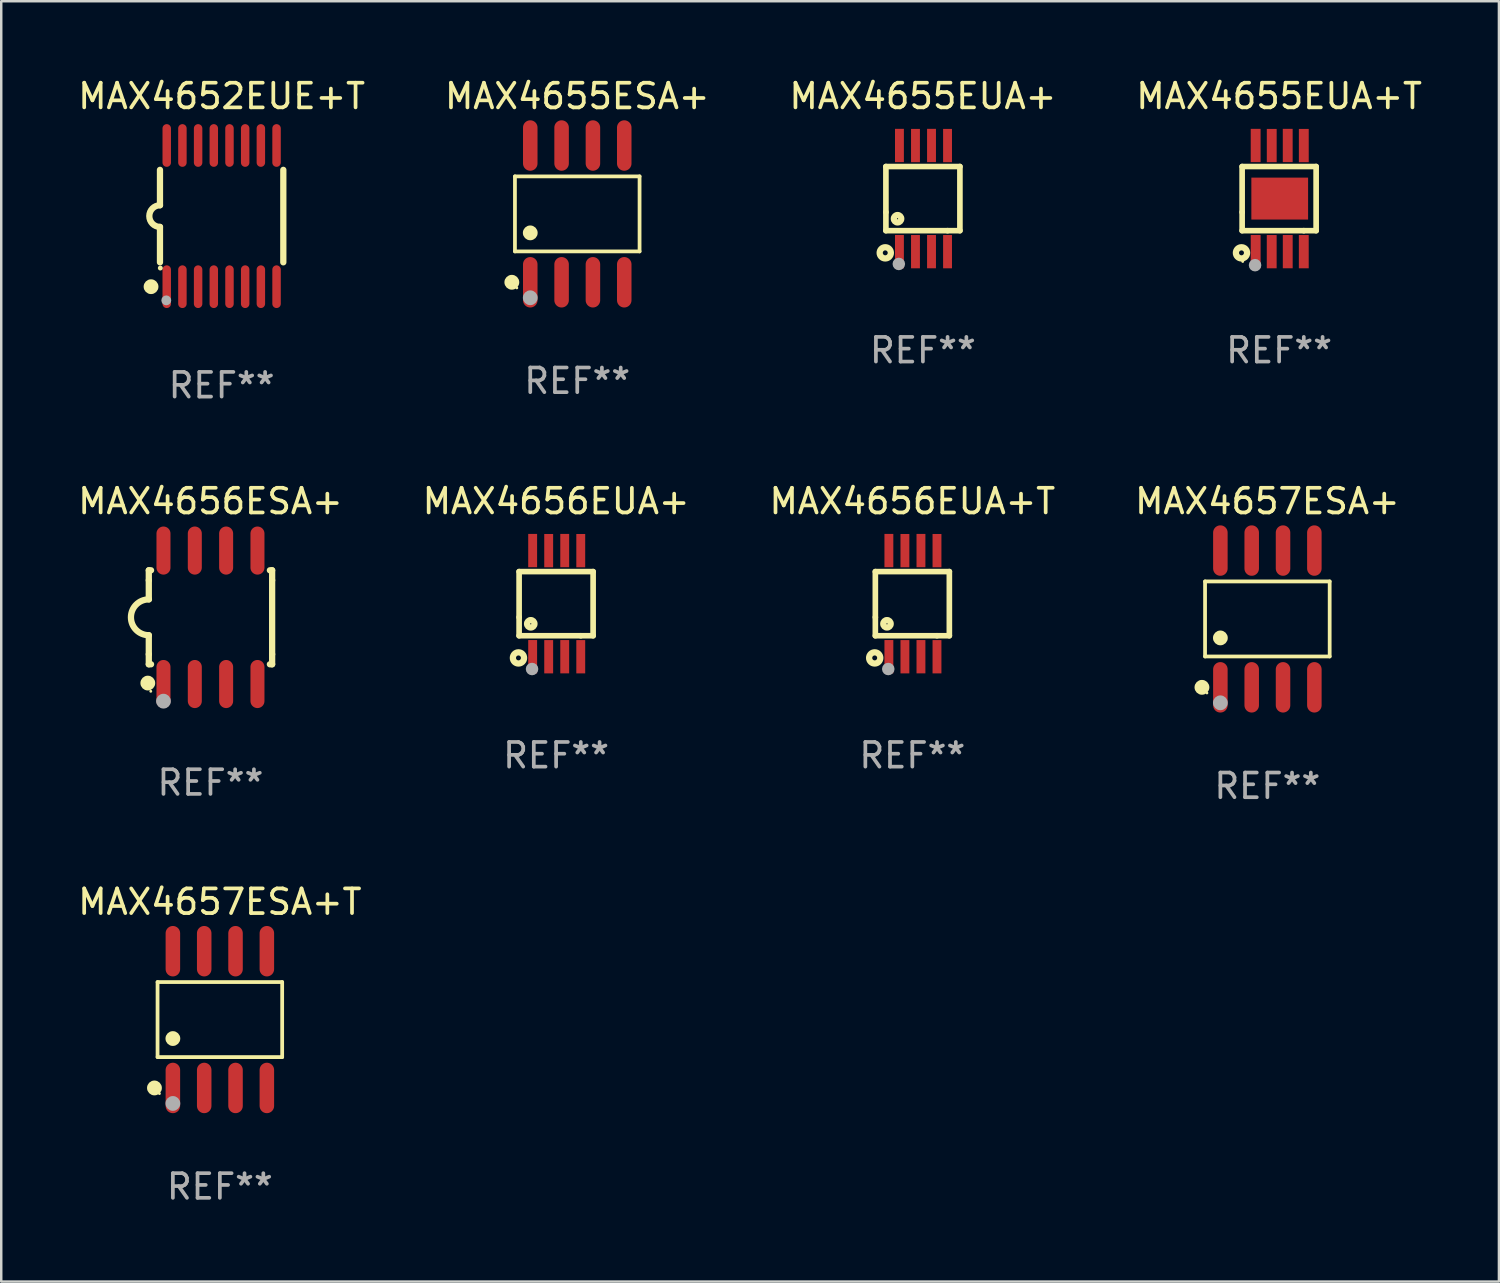
<source format=kicad_pcb>
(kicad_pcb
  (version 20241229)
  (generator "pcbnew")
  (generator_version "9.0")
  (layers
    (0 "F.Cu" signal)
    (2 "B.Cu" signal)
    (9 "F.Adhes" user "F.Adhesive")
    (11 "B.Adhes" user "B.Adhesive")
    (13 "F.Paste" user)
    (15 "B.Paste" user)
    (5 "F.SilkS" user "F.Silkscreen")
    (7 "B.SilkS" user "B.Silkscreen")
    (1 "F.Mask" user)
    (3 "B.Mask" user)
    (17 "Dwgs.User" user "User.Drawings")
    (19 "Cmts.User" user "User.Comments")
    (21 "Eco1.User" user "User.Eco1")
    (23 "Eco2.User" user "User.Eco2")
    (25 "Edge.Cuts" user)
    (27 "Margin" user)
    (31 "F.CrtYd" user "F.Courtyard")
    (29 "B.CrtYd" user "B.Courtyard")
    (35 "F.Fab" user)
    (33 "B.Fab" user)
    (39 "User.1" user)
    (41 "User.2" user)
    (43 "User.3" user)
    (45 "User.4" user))
  (footprint "MAX4656EUA+T"
    (layer "F.Cu")
    (at 33.935 21.421)
    (property "Reference" "MAX4656EUA+T" (at 0 -4.152 0) (layer "F.SilkS") (effects (font (size 1 1) (thickness 0.15))))
    (attr through_hole)
    (fp_line (start -1.5 1.301) (end 1 1.301) (stroke (width 0.229) (type solid)) (layer "F.SilkS"))
    (fp_line (start -1.5 -1.299) (end -1.5 0.551) (stroke (width 0.229) (type solid)) (layer "F.SilkS"))
    (fp_line (start -1.5 0.551) (end -1.5 1.301) (stroke (width 0.229) (type solid)) (layer "F.SilkS"))
    (fp_line (start 1 1.301) (end 1.5 1.301) (stroke (width 0.229) (type solid)) (layer "F.SilkS"))
    (fp_line (start 1.5 1.301) (end 1.5 -1.299) (stroke (width 0.229) (type solid)) (layer "F.SilkS"))
    (fp_line (start 1.5 -1.299) (end -1.5 -1.299) (stroke (width 0.229) (type solid)) (layer "F.SilkS"))
    (fp_circle (center -1.526 2.2) (end -1.426 2.2) (stroke (width 0.254) (type solid)) (fill no) (layer "F.SilkS"))
    (fp_circle (center -1.476 2.45) (end -1.446 2.45) (stroke (width 0.06) (type solid)) (fill no) (layer "F.SilkS"))
    (fp_circle (center -1.028 0.817) (end -0.878 0.817) (stroke (width 0.254) (type solid)) (fill no) (layer "F.SilkS"))
    (fp_circle (center -0.976 2.65) (end -0.849 2.65) (stroke (width 0.254) (type solid)) (fill no) (layer "F.Fab"))
    (fp_text user "REF**" (at 0 6.152 0) (layer "F.Fab") (effects (font (size 1 1) (thickness 0.15))))
    (pad "1" smd rect (at -0.951 2.15) (size 0.36 1.35) (layers "F.Cu" "F.Mask" "F.Paste"))
    (pad "2" smd rect (at -0.301 2.152) (size 0.36 1.35) (layers "F.Cu" "F.Mask" "F.Paste"))
    (pad "3" smd rect (at 0.349 2.151) (size 0.36 1.35) (layers "F.Cu" "F.Mask" "F.Paste"))
    (pad "4" smd rect (at 0.999 2.152) (size 0.36 1.35) (layers "F.Cu" "F.Mask" "F.Paste"))
    (pad "5" smd rect (at 0.999 -2.149) (size 0.36 1.35) (layers "F.Cu" "F.Mask" "F.Paste"))
    (pad "6" smd rect (at 0.349 -2.152) (size 0.36 1.35) (layers "F.Cu" "F.Mask" "F.Paste"))
    (pad "7" smd rect (at -0.301 -2.149) (size 0.36 1.35) (layers "F.Cu" "F.Mask" "F.Paste"))
    (pad "8" smd rect (at -0.951 -2.152) (size 0.36 1.35) (layers "F.Cu" "F.Mask" "F.Paste")))
  (footprint "MAX4655ESA+"
    (layer "F.Cu")
    (at 20.351 5.621)
    (property "Reference" "MAX4655ESA+" (at 0 -4.772 0) (layer "F.SilkS") (effects (font (size 1 1) (thickness 0.15))))
    (attr through_hole)
    (fp_line (start -2.526 -1.521) (end 2.526 -1.521) (stroke (width 0.152) (type solid)) (layer "F.SilkS"))
    (fp_line (start -2.526 1.521) (end -2.526 -1.521) (stroke (width 0.152) (type solid)) (layer "F.SilkS"))
    (fp_line (start 2.526 -1.521) (end 2.526 1.521) (stroke (width 0.152) (type solid)) (layer "F.SilkS"))
    (fp_line (start 2.526 1.521) (end -2.526 1.521) (stroke (width 0.152) (type solid)) (layer "F.SilkS"))
    (fp_circle (center -2.652 2.772) (end -2.501 2.772) (stroke (width 0.3) (type solid)) (fill no) (layer "F.SilkS"))
    (fp_circle (center -2.45 3) (end -2.42 3) (stroke (width 0.06) (type solid)) (fill no) (layer "F.SilkS"))
    (fp_circle (center -1.905 0.769) (end -1.755 0.769) (stroke (width 0.3) (type solid)) (fill no) (layer "F.SilkS"))
    (fp_circle (center -1.905 3.4) (end -1.755 3.4) (stroke (width 0.3) (type solid)) (fill no) (layer "F.Fab"))
    (fp_text user "REF**" (at 0 6.772 0) (layer "F.Fab") (effects (font (size 1 1) (thickness 0.15))))
    (pad "1" smd oval (at -1.905 2.772) (size 0.588 2.045) (layers "F.Cu" "F.Mask" "F.Paste"))
    (pad "2" smd oval (at -0.635 2.772) (size 0.588 2.045) (layers "F.Cu" "F.Mask" "F.Paste"))
    (pad "3" smd oval (at 0.635 2.772) (size 0.588 2.045) (layers "F.Cu" "F.Mask" "F.Paste"))
    (pad "4" smd oval (at 1.905 2.772) (size 0.588 2.045) (layers "F.Cu" "F.Mask" "F.Paste"))
    (pad "5" smd oval (at 1.905 -2.772) (size 0.588 2.045) (layers "F.Cu" "F.Mask" "F.Paste"))
    (pad "6" smd oval (at 0.635 -2.772) (size 0.588 2.045) (layers "F.Cu" "F.Mask" "F.Paste"))
    (pad "7" smd oval (at -0.635 -2.772) (size 0.588 2.045) (layers "F.Cu" "F.Mask" "F.Paste"))
    (pad "8" smd oval (at -1.905 -2.772) (size 0.588 2.045) (layers "F.Cu" "F.Mask" "F.Paste")))
  (footprint "MAX4656ESA+"
    (layer "F.Cu")
    (at 5.482 21.974)
    (property "Reference" "MAX4656ESA+" (at 0 -4.705 0) (layer "F.SilkS") (effects (font (size 1 1) (thickness 0.15))))
    (attr through_hole)
    (fp_line (start -2.5 -1.905) (end -2.409 -1.905) (stroke (width 0.254) (type solid)) (layer "F.SilkS"))
    (fp_line (start -2.5 -1.5) (end -2.5 -1.905) (stroke (width 0.254) (type solid)) (layer "F.SilkS"))
    (fp_line (start -2.5 -1.5) (end -2.5 -0.726) (stroke (width 0.254) (type solid)) (layer "F.SilkS"))
    (fp_line (start -2.5 1.5) (end -2.5 0.727) (stroke (width 0.254) (type solid)) (layer "F.SilkS"))
    (fp_line (start -2.5 1.5) (end -2.5 1.905) (stroke (width 0.254) (type solid)) (layer "F.SilkS"))
    (fp_line (start -2.5 1.905) (end -2.409 1.905) (stroke (width 0.254) (type solid)) (layer "F.SilkS"))
    (fp_line (start 2.5 -1.905) (end 2.409 -1.905) (stroke (width 0.254) (type solid)) (layer "F.SilkS"))
    (fp_line (start 2.5 -1.5) (end 2.5 -1.905) (stroke (width 0.254) (type solid)) (layer "F.SilkS"))
    (fp_line (start 2.5 -1.5) (end 2.5 1.5) (stroke (width 0.254) (type solid)) (layer "F.SilkS"))
    (fp_line (start 2.5 1.5) (end 2.5 1.905) (stroke (width 0.254) (type solid)) (layer "F.SilkS"))
    (fp_line (start 2.5 1.905) (end 2.409 1.905) (stroke (width 0.254) (type solid)) (layer "F.SilkS"))
    (fp_arc (start -2.5 0.726568) (mid -3.220316 -0.0023) (end -2.495097 -0.726289) (stroke (width 0.254001) (type solid)) (layer "F.SilkS"))
    (fp_circle (center -2.54 2.667) (end -2.39 2.667) (stroke (width 0.3) (type solid)) (fill no) (layer "F.SilkS"))
    (fp_circle (center -2.42 3) (end -2.39 3) (stroke (width 0.06) (type solid)) (fill no) (layer "F.SilkS"))
    (fp_circle (center -1.905 3.4) (end -1.755 3.4) (stroke (width 0.3) (type solid)) (fill no) (layer "F.Fab"))
    (fp_text user "REF**" (at 0 6.705 0) (layer "F.Fab") (effects (font (size 1 1) (thickness 0.15))))
    (pad "1" smd oval (at -1.905 2.705) (size 0.568 1.95) (layers "F.Cu" "F.Mask" "F.Paste"))
    (pad "2" smd oval (at -0.635 2.705) (size 0.568 1.95) (layers "F.Cu" "F.Mask" "F.Paste"))
    (pad "3" smd oval (at 0.635 2.705) (size 0.568 1.95) (layers "F.Cu" "F.Mask" "F.Paste"))
    (pad "4" smd oval (at 1.905 2.705) (size 0.568 1.95) (layers "F.Cu" "F.Mask" "F.Paste"))
    (pad "5" smd oval (at 1.905 -2.705) (size 0.568 1.95) (layers "F.Cu" "F.Mask" "F.Paste"))
    (pad "6" smd oval (at 0.635 -2.705) (size 0.568 1.95) (layers "F.Cu" "F.Mask" "F.Paste"))
    (pad "7" smd oval (at -0.635 -2.705) (size 0.568 1.95) (layers "F.Cu" "F.Mask" "F.Paste"))
    (pad "8" smd oval (at -1.905 -2.705) (size 0.568 1.95) (layers "F.Cu" "F.Mask" "F.Paste")))
  (footprint "MAX4656EUA+"
    (layer "F.Cu")
    (at 19.494 21.421)
    (property "Reference" "MAX4656EUA+" (at 0 -4.152 0) (layer "F.SilkS") (effects (font (size 1 1) (thickness 0.15))))
    (attr through_hole)
    (fp_line (start -1.5 1.301) (end 1 1.301) (stroke (width 0.229) (type solid)) (layer "F.SilkS"))
    (fp_line (start -1.5 -1.299) (end -1.5 0.551) (stroke (width 0.229) (type solid)) (layer "F.SilkS"))
    (fp_line (start -1.5 0.551) (end -1.5 1.301) (stroke (width 0.229) (type solid)) (layer "F.SilkS"))
    (fp_line (start 1 1.301) (end 1.5 1.301) (stroke (width 0.229) (type solid)) (layer "F.SilkS"))
    (fp_line (start 1.5 1.301) (end 1.5 -1.299) (stroke (width 0.229) (type solid)) (layer "F.SilkS"))
    (fp_line (start 1.5 -1.299) (end -1.5 -1.299) (stroke (width 0.229) (type solid)) (layer "F.SilkS"))
    (fp_circle (center -1.526 2.2) (end -1.426 2.2) (stroke (width 0.254) (type solid)) (fill no) (layer "F.SilkS"))
    (fp_circle (center -1.476 2.45) (end -1.446 2.45) (stroke (width 0.06) (type solid)) (fill no) (layer "F.SilkS"))
    (fp_circle (center -1.028 0.817) (end -0.878 0.817) (stroke (width 0.254) (type solid)) (fill no) (layer "F.SilkS"))
    (fp_circle (center -0.976 2.65) (end -0.849 2.65) (stroke (width 0.254) (type solid)) (fill no) (layer "F.Fab"))
    (fp_text user "REF**" (at 0 6.152 0) (layer "F.Fab") (effects (font (size 1 1) (thickness 0.15))))
    (pad "1" smd rect (at -0.951 2.15) (size 0.36 1.35) (layers "F.Cu" "F.Mask" "F.Paste"))
    (pad "2" smd rect (at -0.301 2.152) (size 0.36 1.35) (layers "F.Cu" "F.Mask" "F.Paste"))
    (pad "3" smd rect (at 0.349 2.151) (size 0.36 1.35) (layers "F.Cu" "F.Mask" "F.Paste"))
    (pad "4" smd rect (at 0.999 2.152) (size 0.36 1.35) (layers "F.Cu" "F.Mask" "F.Paste"))
    (pad "5" smd rect (at 0.999 -2.149) (size 0.36 1.35) (layers "F.Cu" "F.Mask" "F.Paste"))
    (pad "6" smd rect (at 0.349 -2.152) (size 0.36 1.35) (layers "F.Cu" "F.Mask" "F.Paste"))
    (pad "7" smd rect (at -0.301 -2.149) (size 0.36 1.35) (layers "F.Cu" "F.Mask" "F.Paste"))
    (pad "8" smd rect (at -0.951 -2.152) (size 0.36 1.35) (layers "F.Cu" "F.Mask" "F.Paste")))
  (footprint "MAX4657ESA+"
    (layer "F.Cu")
    (at 48.327 22.041)
    (property "Reference" "MAX4657ESA+" (at 0 -4.772 0) (layer "F.SilkS") (effects (font (size 1 1) (thickness 0.15))))
    (attr through_hole)
    (fp_line (start -2.526 -1.521) (end 2.526 -1.521) (stroke (width 0.152) (type solid)) (layer "F.SilkS"))
    (fp_line (start -2.526 1.521) (end -2.526 -1.521) (stroke (width 0.152) (type solid)) (layer "F.SilkS"))
    (fp_line (start 2.526 -1.521) (end 2.526 1.521) (stroke (width 0.152) (type solid)) (layer "F.SilkS"))
    (fp_line (start 2.526 1.521) (end -2.526 1.521) (stroke (width 0.152) (type solid)) (layer "F.SilkS"))
    (fp_circle (center -2.652 2.772) (end -2.501 2.772) (stroke (width 0.3) (type solid)) (fill no) (layer "F.SilkS"))
    (fp_circle (center -2.45 3) (end -2.42 3) (stroke (width 0.06) (type solid)) (fill no) (layer "F.SilkS"))
    (fp_circle (center -1.905 0.769) (end -1.755 0.769) (stroke (width 0.3) (type solid)) (fill no) (layer "F.SilkS"))
    (fp_circle (center -1.905 3.4) (end -1.755 3.4) (stroke (width 0.3) (type solid)) (fill no) (layer "F.Fab"))
    (fp_text user "REF**" (at 0 6.772 0) (layer "F.Fab") (effects (font (size 1 1) (thickness 0.15))))
    (pad "1" smd oval (at -1.905 2.772) (size 0.588 2.045) (layers "F.Cu" "F.Mask" "F.Paste"))
    (pad "2" smd oval (at -0.635 2.772) (size 0.588 2.045) (layers "F.Cu" "F.Mask" "F.Paste"))
    (pad "3" smd oval (at 0.635 2.772) (size 0.588 2.045) (layers "F.Cu" "F.Mask" "F.Paste"))
    (pad "4" smd oval (at 1.905 2.772) (size 0.588 2.045) (layers "F.Cu" "F.Mask" "F.Paste"))
    (pad "5" smd oval (at 1.905 -2.772) (size 0.588 2.045) (layers "F.Cu" "F.Mask" "F.Paste"))
    (pad "6" smd oval (at 0.635 -2.772) (size 0.588 2.045) (layers "F.Cu" "F.Mask" "F.Paste"))
    (pad "7" smd oval (at -0.635 -2.772) (size 0.588 2.045) (layers "F.Cu" "F.Mask" "F.Paste"))
    (pad "8" smd oval (at -1.905 -2.772) (size 0.588 2.045) (layers "F.Cu" "F.Mask" "F.Paste")))
  (footprint "MAX4657ESA+T"
    (layer "F.Cu")
    (at 5.863 38.282)
    (property "Reference" "MAX4657ESA+T" (at 0 -4.772 0) (layer "F.SilkS") (effects (font (size 1 1) (thickness 0.15))))
    (attr through_hole)
    (fp_line (start -2.526 -1.521) (end 2.526 -1.521) (stroke (width 0.152) (type solid)) (layer "F.SilkS"))
    (fp_line (start -2.526 1.521) (end -2.526 -1.521) (stroke (width 0.152) (type solid)) (layer "F.SilkS"))
    (fp_line (start 2.526 -1.521) (end 2.526 1.521) (stroke (width 0.152) (type solid)) (layer "F.SilkS"))
    (fp_line (start 2.526 1.521) (end -2.526 1.521) (stroke (width 0.152) (type solid)) (layer "F.SilkS"))
    (fp_circle (center -2.652 2.772) (end -2.501 2.772) (stroke (width 0.3) (type solid)) (fill no) (layer "F.SilkS"))
    (fp_circle (center -2.45 3) (end -2.42 3) (stroke (width 0.06) (type solid)) (fill no) (layer "F.SilkS"))
    (fp_circle (center -1.905 0.769) (end -1.755 0.769) (stroke (width 0.3) (type solid)) (fill no) (layer "F.SilkS"))
    (fp_circle (center -1.905 3.4) (end -1.755 3.4) (stroke (width 0.3) (type solid)) (fill no) (layer "F.Fab"))
    (fp_text user "REF**" (at 0 6.772 0) (layer "F.Fab") (effects (font (size 1 1) (thickness 0.15))))
    (pad "1" smd oval (at -1.905 2.772) (size 0.588 2.045) (layers "F.Cu" "F.Mask" "F.Paste"))
    (pad "2" smd oval (at -0.635 2.772) (size 0.588 2.045) (layers "F.Cu" "F.Mask" "F.Paste"))
    (pad "3" smd oval (at 0.635 2.772) (size 0.588 2.045) (layers "F.Cu" "F.Mask" "F.Paste"))
    (pad "4" smd oval (at 1.905 2.772) (size 0.588 2.045) (layers "F.Cu" "F.Mask" "F.Paste"))
    (pad "5" smd oval (at 1.905 -2.772) (size 0.588 2.045) (layers "F.Cu" "F.Mask" "F.Paste"))
    (pad "6" smd oval (at 0.635 -2.772) (size 0.588 2.045) (layers "F.Cu" "F.Mask" "F.Paste"))
    (pad "7" smd oval (at -0.635 -2.772) (size 0.588 2.045) (layers "F.Cu" "F.Mask" "F.Paste"))
    (pad "8" smd oval (at -1.905 -2.772) (size 0.588 2.045) (layers "F.Cu" "F.Mask" "F.Paste")))
  (footprint "MAX4652EUE+T"
    (layer "F.Cu")
    (at 5.935 5.71)
    (property "Reference" "MAX4652EUE+T" (at 0 -4.862 0) (layer "F.SilkS") (effects (font (size 1 1) (thickness 0.15))))
    (attr through_hole)
    (fp_line (start -2.5 -1.874) (end -2.5 -0.439) (stroke (width 0.254) (type solid)) (layer "F.SilkS"))
    (fp_line (start -2.5 1.874) (end -2.5 0.439) (stroke (width 0.254) (type solid)) (layer "F.SilkS"))
    (fp_line (start 2.5 -1.874) (end 2.5 1.874) (stroke (width 0.254) (type solid)) (layer "F.SilkS"))
    (fp_arc (start -2.5 0.438989) (mid -2.938633 -0.000597) (end -2.499365 -0.439547) (stroke (width 0.254001) (type solid)) (layer "F.SilkS"))
    (fp_circle (center -2.862 2.862) (end -2.712 2.862) (stroke (width 0.3) (type solid)) (fill no) (layer "F.SilkS"))
    (fp_circle (center -2.486 2.106) (end -2.436 2.106) (stroke (width 0.1) (type solid)) (fill no) (layer "F.SilkS"))
    (fp_circle (center -2.244 3.416) (end -2.144 3.416) (stroke (width 0.2) (type solid)) (fill no) (layer "F.Fab"))
    (fp_text user "REF**" (at 0 6.862 0) (layer "F.Fab") (effects (font (size 1 1) (thickness 0.15))))
    (pad "1" smd oval (at -2.226 2.862) (size 0.343 1.731) (layers "F.Cu" "F.Mask" "F.Paste"))
    (pad "2" smd oval (at -1.59 2.862) (size 0.343 1.731) (layers "F.Cu" "F.Mask" "F.Paste"))
    (pad "3" smd oval (at -0.954 2.862) (size 0.343 1.731) (layers "F.Cu" "F.Mask" "F.Paste"))
    (pad "4" smd oval (at -0.318 2.862) (size 0.343 1.731) (layers "F.Cu" "F.Mask" "F.Paste"))
    (pad "5" smd oval (at 0.318 2.862) (size 0.343 1.731) (layers "F.Cu" "F.Mask" "F.Paste"))
    (pad "6" smd oval (at 0.954 2.862) (size 0.343 1.731) (layers "F.Cu" "F.Mask" "F.Paste"))
    (pad "7" smd oval (at 1.59 2.862) (size 0.343 1.731) (layers "F.Cu" "F.Mask" "F.Paste"))
    (pad "8" smd oval (at 2.226 2.862) (size 0.343 1.731) (layers "F.Cu" "F.Mask" "F.Paste"))
    (pad "9" smd oval (at 2.226 -2.862) (size 0.343 1.731) (layers "F.Cu" "F.Mask" "F.Paste"))
    (pad "10" smd oval (at 1.59 -2.862) (size 0.343 1.731) (layers "F.Cu" "F.Mask" "F.Paste"))
    (pad "11" smd oval (at 0.954 -2.862) (size 0.343 1.731) (layers "F.Cu" "F.Mask" "F.Paste"))
    (pad "12" smd oval (at 0.318 -2.862) (size 0.343 1.731) (layers "F.Cu" "F.Mask" "F.Paste"))
    (pad "13" smd oval (at -0.318 -2.862) (size 0.343 1.731) (layers "F.Cu" "F.Mask" "F.Paste"))
    (pad "14" smd oval (at -0.954 -2.862) (size 0.343 1.731) (layers "F.Cu" "F.Mask" "F.Paste"))
    (pad "15" smd oval (at -1.59 -2.862) (size 0.343 1.731) (layers "F.Cu" "F.Mask" "F.Paste"))
    (pad "16" smd oval (at -2.226 -2.862) (size 0.343 1.731) (layers "F.Cu" "F.Mask" "F.Paste")))
  (footprint "MAX4655EUA+"
    (layer "F.Cu")
    (at 34.363 5)
    (property "Reference" "MAX4655EUA+" (at 0 -4.152 0) (layer "F.SilkS") (effects (font (size 1 1) (thickness 0.15))))
    (attr through_hole)
    (fp_line (start -1.5 1.301) (end 1 1.301) (stroke (width 0.229) (type solid)) (layer "F.SilkS"))
    (fp_line (start -1.5 -1.299) (end -1.5 0.551) (stroke (width 0.229) (type solid)) (layer "F.SilkS"))
    (fp_line (start -1.5 0.551) (end -1.5 1.301) (stroke (width 0.229) (type solid)) (layer "F.SilkS"))
    (fp_line (start 1 1.301) (end 1.5 1.301) (stroke (width 0.229) (type solid)) (layer "F.SilkS"))
    (fp_line (start 1.5 1.301) (end 1.5 -1.299) (stroke (width 0.229) (type solid)) (layer "F.SilkS"))
    (fp_line (start 1.5 -1.299) (end -1.5 -1.299) (stroke (width 0.229) (type solid)) (layer "F.SilkS"))
    (fp_circle (center -1.526 2.2) (end -1.426 2.2) (stroke (width 0.254) (type solid)) (fill no) (layer "F.SilkS"))
    (fp_circle (center -1.476 2.45) (end -1.446 2.45) (stroke (width 0.06) (type solid)) (fill no) (layer "F.SilkS"))
    (fp_circle (center -1.028 0.817) (end -0.878 0.817) (stroke (width 0.254) (type solid)) (fill no) (layer "F.SilkS"))
    (fp_circle (center -0.976 2.65) (end -0.849 2.65) (stroke (width 0.254) (type solid)) (fill no) (layer "F.Fab"))
    (fp_text user "REF**" (at 0 6.152 0) (layer "F.Fab") (effects (font (size 1 1) (thickness 0.15))))
    (pad "1" smd rect (at -0.951 2.15) (size 0.36 1.35) (layers "F.Cu" "F.Mask" "F.Paste"))
    (pad "2" smd rect (at -0.301 2.152) (size 0.36 1.35) (layers "F.Cu" "F.Mask" "F.Paste"))
    (pad "3" smd rect (at 0.349 2.151) (size 0.36 1.35) (layers "F.Cu" "F.Mask" "F.Paste"))
    (pad "4" smd rect (at 0.999 2.152) (size 0.36 1.35) (layers "F.Cu" "F.Mask" "F.Paste"))
    (pad "5" smd rect (at 0.999 -2.149) (size 0.36 1.35) (layers "F.Cu" "F.Mask" "F.Paste"))
    (pad "6" smd rect (at 0.349 -2.152) (size 0.36 1.35) (layers "F.Cu" "F.Mask" "F.Paste"))
    (pad "7" smd rect (at -0.301 -2.149) (size 0.36 1.35) (layers "F.Cu" "F.Mask" "F.Paste"))
    (pad "8" smd rect (at -0.951 -2.152) (size 0.36 1.35) (layers "F.Cu" "F.Mask" "F.Paste")))
  (footprint "MAX4655EUA+T"
    (layer "F.Cu")
    (at 48.804 5)
    (property "Reference" "MAX4655EUA+T" (at 0 -4.152 0) (layer "F.SilkS") (effects (font (size 1 1) (thickness 0.15))))
    (attr through_hole)
    (fp_line (start -1.5 1.301) (end 1 1.301) (stroke (width 0.229) (type solid)) (layer "F.SilkS"))
    (fp_line (start -1.5 -1.299) (end -1.5 0.551) (stroke (width 0.229) (type solid)) (layer "F.SilkS"))
    (fp_line (start -1.5 0.551) (end -1.5 1.301) (stroke (width 0.229) (type solid)) (layer "F.SilkS"))
    (fp_line (start 1 1.301) (end 1.5 1.301) (stroke (width 0.229) (type solid)) (layer "F.SilkS"))
    (fp_line (start 1.5 1.301) (end 1.5 -1.299) (stroke (width 0.229) (type solid)) (layer "F.SilkS"))
    (fp_line (start 1.5 -1.299) (end -1.5 -1.299) (stroke (width 0.229) (type solid)) (layer "F.SilkS"))
    (fp_circle (center -1.526 2.2) (end -1.426 2.2) (stroke (width 0.254) (type solid)) (fill no) (layer "F.SilkS"))
    (fp_circle (center -1.476 2.55) (end -1.446 2.55) (stroke (width 0.06) (type solid)) (fill no) (layer "F.SilkS"))
    (fp_circle (center -0.976 2.7) (end -0.849 2.7) (stroke (width 0.254) (type solid)) (fill no) (layer "F.Fab"))
    (fp_text user "REF**" (at 0 6.152 0) (layer "F.Fab") (effects (font (size 1 1) (thickness 0.15))))
    (pad "1" smd rect (at -0.951 2.15) (size 0.4 1.349) (layers "F.Cu" "F.Mask" "F.Paste"))
    (pad "2" smd rect (at -0.301 2.152) (size 0.4 1.349) (layers "F.Cu" "F.Mask" "F.Paste"))
    (pad "3" smd rect (at 0.349 2.151) (size 0.4 1.349) (layers "F.Cu" "F.Mask" "F.Paste"))
    (pad "4" smd rect (at 0.999 2.152) (size 0.4 1.349) (layers "F.Cu" "F.Mask" "F.Paste"))
    (pad "5" smd rect (at 1 -2.149) (size 0.4 1.349) (layers "F.Cu" "F.Mask" "F.Paste"))
    (pad "6" smd rect (at 0.348 -2.152) (size 0.4 1.349) (layers "F.Cu" "F.Mask" "F.Paste"))
    (pad "7" smd rect (at -0.3 -2.149) (size 0.4 1.349) (layers "F.Cu" "F.Mask" "F.Paste"))
    (pad "8" smd rect (at -0.952 -2.152) (size 0.4 1.349) (layers "F.Cu" "F.Mask" "F.Paste"))
    (pad "9" smd rect (at 0.024 0 90) (size 1.7 2.3) (layers "F.Cu" "F.Mask" "F.Paste")))
  (gr_rect
    (start -3 -3)
    (end 57.714 48.903)
    (stroke (width 0.1) (type default))
    (fill no)
    (layer "Edge.Cuts")))
</source>
